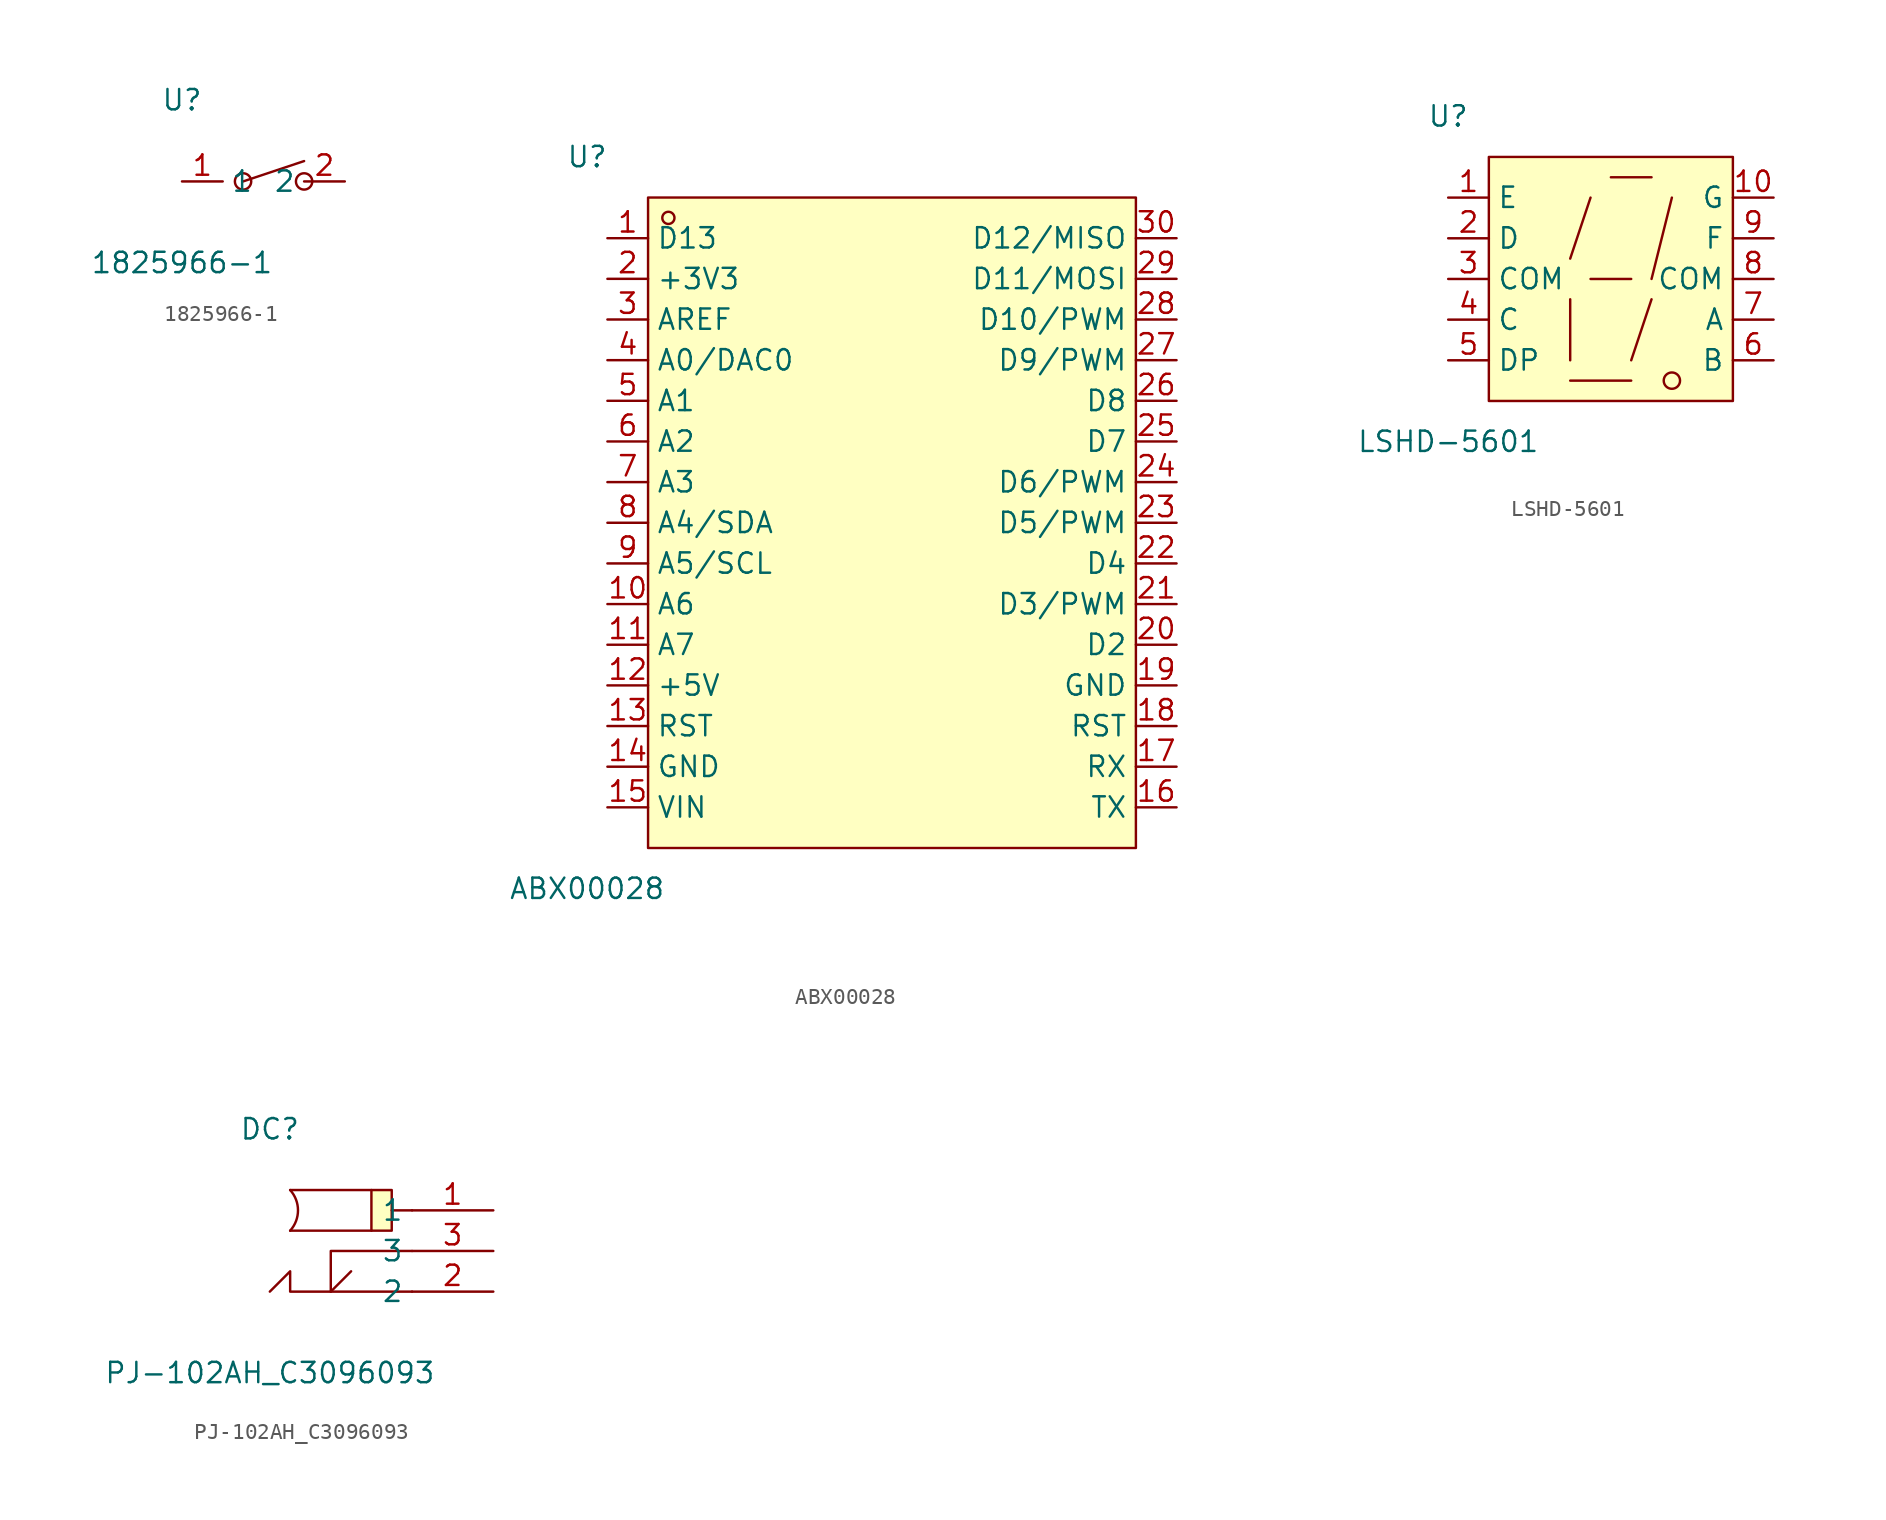
<source format=kicad_sym>
(kicad_symbol_lib
  (version 20241209)
  (generator "kicad_symbol_editor")
  (generator_version "9.0")
  (symbol "1825966-1"
    (property "Reference" "U"
      (at 0 2.54 0)
      (effects (font (size 1.27 1.27))))
    (property "Value" "1825966-1"
      (at 0 -7.62 0)
      (effects (font (size 1.27 1.27))))
    (symbol "1825966-1_0_1"
      (circle (center 3.81 -2.54) (radius 0.51) (stroke (width 0) (type default)) (fill (type none)))
      (polyline (pts (xy 7.62 -1.27) (xy 3.81 -2.54)) (stroke (width 0) (type default)) (fill (type none)))
      (circle (center 7.62 -2.54) (radius 0.51) (stroke (width 0) (type default)) (fill (type none)))
      (pin unspecified line (at 0 -2.54 0) (length 2.54) (name "1" (effects (font (size 1.27 1.27)))) (number "1" (effects (font (size 1.27 1.27)))))
      (pin unspecified line (at 10.16 -2.54 180) (length 2.54) (name "2" (effects (font (size 1.27 1.27)))) (number "2" (effects (font (size 1.27 1.27)))))))
  (symbol "ABX00028"
    (property "Reference" "U"
      (at 0 2.54 0)
      (effects (font (size 1.27 1.27))))
    (property "Value" "ABX00028"
      (at 0 -43.18 0)
      (effects (font (size 1.27 1.27))))
    (symbol "ABX00028_0_1"
      (rectangle (start 3.81 0) (end 34.29 -40.64) (stroke (width 0) (type default)) (fill (type background)))
      (circle (center 5.08 -1.27) (radius 0.38) (stroke (width 0) (type default)) (fill (type none)))
      (pin unspecified line (at 1.27 -2.54 0) (length 2.54) (name "D13" (effects (font (size 1.27 1.27)))) (number "1" (effects (font (size 1.27 1.27)))))
      (pin unspecified line (at 1.27 -5.08 0) (length 2.54) (name "+3V3" (effects (font (size 1.27 1.27)))) (number "2" (effects (font (size 1.27 1.27)))))
      (pin unspecified line (at 1.27 -7.62 0) (length 2.54) (name "AREF" (effects (font (size 1.27 1.27)))) (number "3" (effects (font (size 1.27 1.27)))))
      (pin unspecified line (at 1.27 -10.16 0) (length 2.54) (name "A0/DAC0" (effects (font (size 1.27 1.27)))) (number "4" (effects (font (size 1.27 1.27)))))
      (pin unspecified line (at 1.27 -12.7 0) (length 2.54) (name "A1" (effects (font (size 1.27 1.27)))) (number "5" (effects (font (size 1.27 1.27)))))
      (pin unspecified line (at 1.27 -15.24 0) (length 2.54) (name "A2" (effects (font (size 1.27 1.27)))) (number "6" (effects (font (size 1.27 1.27)))))
      (pin unspecified line (at 1.27 -17.78 0) (length 2.54) (name "A3" (effects (font (size 1.27 1.27)))) (number "7" (effects (font (size 1.27 1.27)))))
      (pin unspecified line (at 1.27 -20.32 0) (length 2.54) (name "A4/SDA" (effects (font (size 1.27 1.27)))) (number "8" (effects (font (size 1.27 1.27)))))
      (pin unspecified line (at 1.27 -22.86 0) (length 2.54) (name "A5/SCL" (effects (font (size 1.27 1.27)))) (number "9" (effects (font (size 1.27 1.27)))))
      (pin unspecified line (at 1.27 -25.4 0) (length 2.54) (name "A6" (effects (font (size 1.27 1.27)))) (number "10" (effects (font (size 1.27 1.27)))))
      (pin unspecified line (at 1.27 -27.94 0) (length 2.54) (name "A7" (effects (font (size 1.27 1.27)))) (number "11" (effects (font (size 1.27 1.27)))))
      (pin unspecified line (at 1.27 -30.48 0) (length 2.54) (name "+5V" (effects (font (size 1.27 1.27)))) (number "12" (effects (font (size 1.27 1.27)))))
      (pin unspecified line (at 1.27 -33.02 0) (length 2.54) (name "RST" (effects (font (size 1.27 1.27)))) (number "13" (effects (font (size 1.27 1.27)))))
      (pin unspecified line (at 1.27 -35.56 0) (length 2.54) (name "GND" (effects (font (size 1.27 1.27)))) (number "14" (effects (font (size 1.27 1.27)))))
      (pin unspecified line (at 1.27 -38.1 0) (length 2.54) (name "VIN" (effects (font (size 1.27 1.27)))) (number "15" (effects (font (size 1.27 1.27)))))
      (pin unspecified line (at 36.83 -2.54 180) (length 2.54) (name "D12/MISO" (effects (font (size 1.27 1.27)))) (number "30" (effects (font (size 1.27 1.27)))))
      (pin unspecified line (at 36.83 -5.08 180) (length 2.54) (name "D11/MOSI" (effects (font (size 1.27 1.27)))) (number "29" (effects (font (size 1.27 1.27)))))
      (pin unspecified line (at 36.83 -7.62 180) (length 2.54) (name "D10/PWM" (effects (font (size 1.27 1.27)))) (number "28" (effects (font (size 1.27 1.27)))))
      (pin unspecified line (at 36.83 -10.16 180) (length 2.54) (name "D9/PWM" (effects (font (size 1.27 1.27)))) (number "27" (effects (font (size 1.27 1.27)))))
      (pin unspecified line (at 36.83 -12.7 180) (length 2.54) (name "D8" (effects (font (size 1.27 1.27)))) (number "26" (effects (font (size 1.27 1.27)))))
      (pin unspecified line (at 36.83 -15.24 180) (length 2.54) (name "D7" (effects (font (size 1.27 1.27)))) (number "25" (effects (font (size 1.27 1.27)))))
      (pin unspecified line (at 36.83 -17.78 180) (length 2.54) (name "D6/PWM" (effects (font (size 1.27 1.27)))) (number "24" (effects (font (size 1.27 1.27)))))
      (pin unspecified line (at 36.83 -20.32 180) (length 2.54) (name "D5/PWM" (effects (font (size 1.27 1.27)))) (number "23" (effects (font (size 1.27 1.27)))))
      (pin unspecified line (at 36.83 -22.86 180) (length 2.54) (name "D4" (effects (font (size 1.27 1.27)))) (number "22" (effects (font (size 1.27 1.27)))))
      (pin unspecified line (at 36.83 -25.4 180) (length 2.54) (name "D3/PWM" (effects (font (size 1.27 1.27)))) (number "21" (effects (font (size 1.27 1.27)))))
      (pin unspecified line (at 36.83 -27.94 180) (length 2.54) (name "D2" (effects (font (size 1.27 1.27)))) (number "20" (effects (font (size 1.27 1.27)))))
      (pin unspecified line (at 36.83 -30.48 180) (length 2.54) (name "GND" (effects (font (size 1.27 1.27)))) (number "19" (effects (font (size 1.27 1.27)))))
      (pin unspecified line (at 36.83 -33.02 180) (length 2.54) (name "RST" (effects (font (size 1.27 1.27)))) (number "18" (effects (font (size 1.27 1.27)))))
      (pin unspecified line (at 36.83 -35.56 180) (length 2.54) (name "RX" (effects (font (size 1.27 1.27)))) (number "17" (effects (font (size 1.27 1.27)))))
      (pin unspecified line (at 36.83 -38.1 180) (length 2.54) (name "TX" (effects (font (size 1.27 1.27)))) (number "16" (effects (font (size 1.27 1.27)))))))
  (symbol "LSHD-5601"
    (property "Reference" "U"
      (at 0 2.54 0)
      (effects (font (size 1.27 1.27))))
    (property "Value" "LSHD-5601"
      (at 0 -17.78 0)
      (effects (font (size 1.27 1.27))))
    (symbol "LSHD-5601_0_1"
      (rectangle (start 2.54 0) (end 17.78 -15.24) (stroke (width 0) (type default)) (fill (type background)))
      (polyline (pts (xy 7.62 -8.89) (xy 7.62 -12.7)) (stroke (width 0) (type default)) (fill (type none)))
      (polyline (pts (xy 7.62 -13.97) (xy 11.43 -13.97)) (stroke (width 0) (type default)) (fill (type none)))
      (polyline (pts (xy 8.89 -2.54) (xy 7.62 -6.35)) (stroke (width 0) (type default)) (fill (type none)))
      (polyline (pts (xy 8.89 -7.62) (xy 11.43 -7.62)) (stroke (width 0) (type default)) (fill (type none)))
      (polyline (pts (xy 10.16 -1.27) (xy 12.7 -1.27)) (stroke (width 0) (type default)) (fill (type none)))
      (polyline (pts (xy 12.7 -8.89) (xy 11.43 -12.7)) (stroke (width 0) (type default)) (fill (type none)))
      (polyline (pts (xy 13.97 -2.54) (xy 12.7 -7.62)) (stroke (width 0) (type default)) (fill (type none)))
      (circle (center 13.97 -13.97) (radius 0.51) (stroke (width 0) (type default)) (fill (type none)))
      (pin unspecified line (at 0 -2.54 0) (length 2.54) (name "E" (effects (font (size 1.27 1.27)))) (number "1" (effects (font (size 1.27 1.27)))))
      (pin unspecified line (at 0 -5.08 0) (length 2.54) (name "D" (effects (font (size 1.27 1.27)))) (number "2" (effects (font (size 1.27 1.27)))))
      (pin unspecified line (at 0 -7.62 0) (length 2.54) (name "COM" (effects (font (size 1.27 1.27)))) (number "3" (effects (font (size 1.27 1.27)))))
      (pin unspecified line (at 0 -10.16 0) (length 2.54) (name "C" (effects (font (size 1.27 1.27)))) (number "4" (effects (font (size 1.27 1.27)))))
      (pin unspecified line (at 0 -12.7 0) (length 2.54) (name "DP" (effects (font (size 1.27 1.27)))) (number "5" (effects (font (size 1.27 1.27)))))
      (pin unspecified line (at 20.32 -2.54 180) (length 2.54) (name "G" (effects (font (size 1.27 1.27)))) (number "10" (effects (font (size 1.27 1.27)))))
      (pin unspecified line (at 20.32 -5.08 180) (length 2.54) (name "F" (effects (font (size 1.27 1.27)))) (number "9" (effects (font (size 1.27 1.27)))))
      (pin unspecified line (at 20.32 -7.62 180) (length 2.54) (name "COM" (effects (font (size 1.27 1.27)))) (number "8" (effects (font (size 1.27 1.27)))))
      (pin unspecified line (at 20.32 -10.16 180) (length 2.54) (name "A" (effects (font (size 1.27 1.27)))) (number "7" (effects (font (size 1.27 1.27)))))
      (pin unspecified line (at 20.32 -12.7 180) (length 2.54) (name "B" (effects (font (size 1.27 1.27)))) (number "6" (effects (font (size 1.27 1.27)))))))
  (symbol "PJ-102AH_C3096093"
    (property "Reference" "DC"
      (at 0 2.54 0)
      (effects (font (size 1.27 1.27))))
    (property "Value" "PJ-102AH_C3096093"
      (at 0 -12.7 0)
      (effects (font (size 1.27 1.27))))
    (symbol "PJ-102AH_C3096093_0_1"
      (arc (start 1.27 -1.27) (mid 1.7598 -2.54) (end 1.27 -3.81) (stroke (width 0) (type default)) (fill (type none)))
      (polyline (pts (xy 3.81 -7.62) (xy 5.08 -6.35)) (stroke (width 0) (type default)) (fill (type none)))
      (polyline (pts (xy 6.35 -1.27) (xy 1.27 -1.27)) (stroke (width 0) (type default)) (fill (type none)))
      (rectangle (start 6.35 -1.27) (end 7.62 -3.81) (stroke (width 0) (type default)) (fill (type background)))
      (polyline (pts (xy 6.35 -3.81) (xy 1.27 -3.81)) (stroke (width 0) (type default)) (fill (type none)))
      (polyline (pts (xy 8.89 -2.54) (xy 7.62 -2.54)) (stroke (width 0) (type default)) (fill (type none)))
      (polyline (pts (xy 8.89 -5.08) (xy 3.81 -5.08) (xy 3.81 -7.62) (xy 3.81 -6.35)) (stroke (width 0) (type default)) (fill (type none)))
      (polyline (pts (xy 8.89 -7.62) (xy 1.27 -7.62) (xy 1.27 -6.35) (xy 0 -7.62)) (stroke (width 0) (type default)) (fill (type none)))
      (pin unspecified line (at 13.97 -2.54 180) (length 5.08) (name "1" (effects (font (size 1.27 1.27)))) (number "1" (effects (font (size 1.27 1.27)))))
      (pin unspecified line (at 13.97 -5.08 180) (length 5.08) (name "3" (effects (font (size 1.27 1.27)))) (number "3" (effects (font (size 1.27 1.27)))))
      (pin unspecified line (at 13.97 -7.62 180) (length 5.08) (name "2" (effects (font (size 1.27 1.27)))) (number "2" (effects (font (size 1.27 1.27))))))))
</source>
